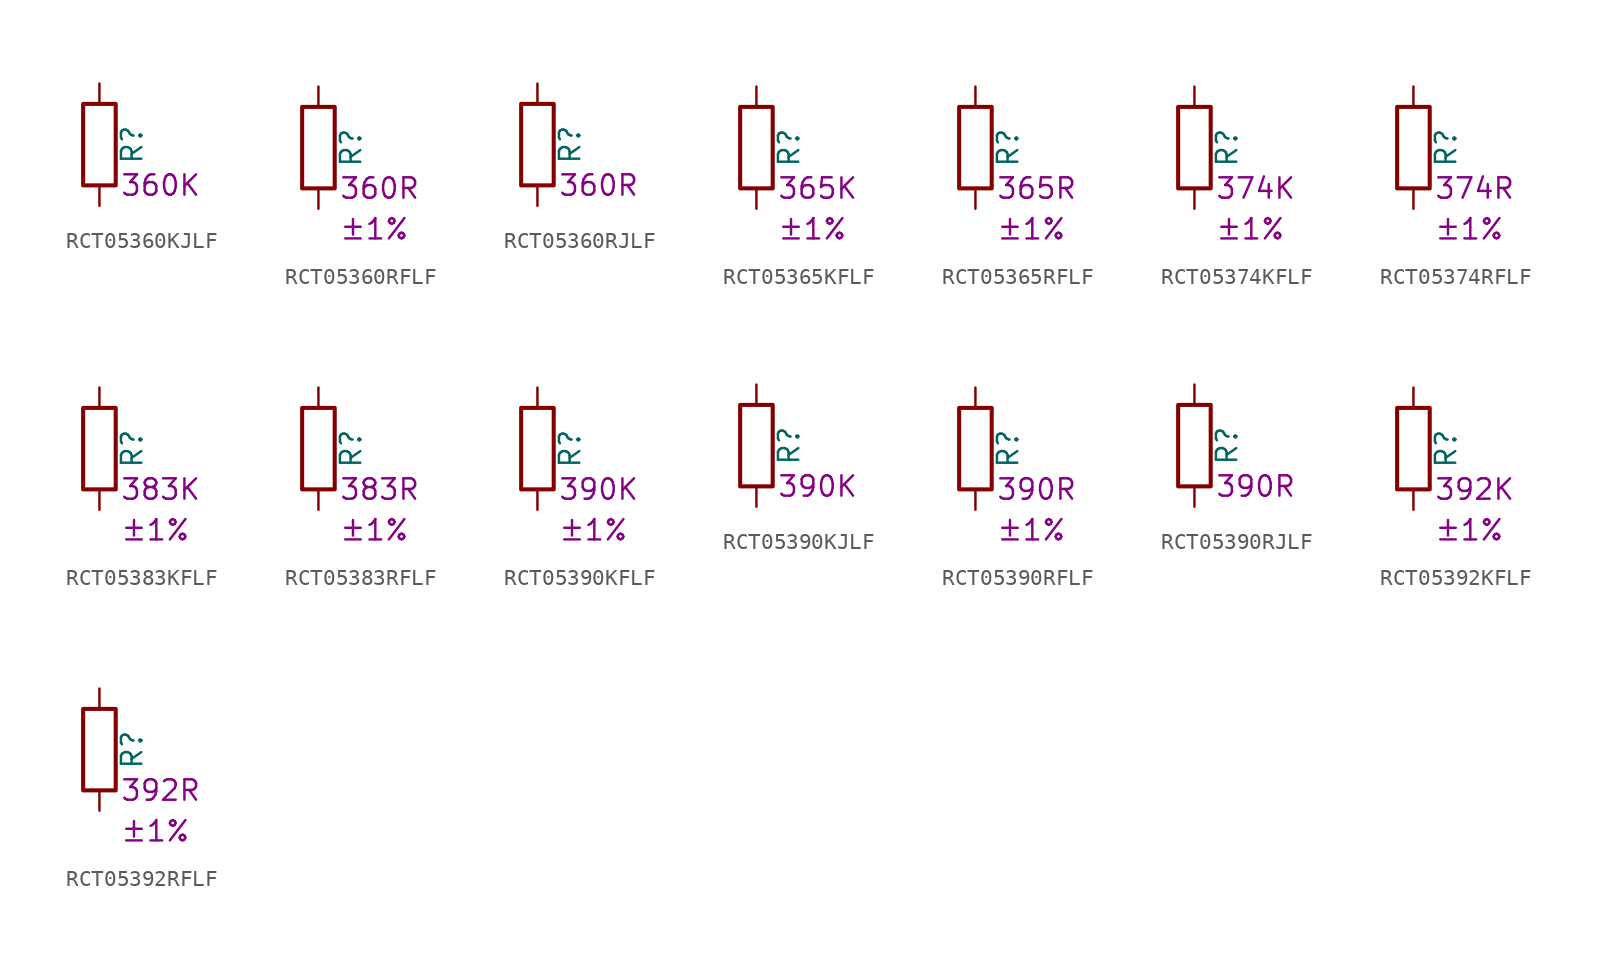
<source format=kicad_sym>
(kicad_symbol_lib
  (version 20220914)
  (generator kicad_symbol_editor)
  (symbol "RCT05360KJLF"
    (pin_numbers hide)
    (pin_names
      (offset 0))
    (property "Reference" "R"
      (at 2.032 0 90)
      (effects (font (size 1.27 1.27))))
    (property "Resistance" "360K"
      (at 1.27 -2.54 0)
      (effects (font (size 1.27 1.27)) (justify left)))
    (symbol "RCT05360KJLF_0_1"
      (rectangle (start -1.016 -2.54) (end 1.016 2.54) (stroke (width 0.254) (type default)) (fill (type none))))
    (symbol "RCT05360KJLF_1_1"
      (pin passive line (at 0 3.81 270) (length 1.27) (name "~" (effects (font (size 1.27 1.27)))) (number "1" (effects (font (size 1.27 1.27)))))
      (pin passive line (at 0 -3.81 90) (length 1.27) (name "~" (effects (font (size 1.27 1.27)))) (number "2" (effects (font (size 1.27 1.27)))))))
  (symbol "RCT05360RFLF"
    (pin_numbers hide)
    (pin_names
      (offset 0))
    (property "Reference" "R"
      (at 2.032 0 90)
      (effects (font (size 1.27 1.27))))
    (property "Resistance" "360R"
      (at 1.27 -2.54 0)
      (effects (font (size 1.27 1.27)) (justify left)))
    (property "Tolerance" "±1%"
      (at 1.27 -5.08 0)
      (effects (font (size 1.27 1.27)) (justify left)))
    (symbol "RCT05360RFLF_0_1"
      (rectangle (start -1.016 -2.54) (end 1.016 2.54) (stroke (width 0.254) (type default)) (fill (type none))))
    (symbol "RCT05360RFLF_1_1"
      (pin passive line (at 0 3.81 270) (length 1.27) (name "~" (effects (font (size 1.27 1.27)))) (number "1" (effects (font (size 1.27 1.27)))))
      (pin passive line (at 0 -3.81 90) (length 1.27) (name "~" (effects (font (size 1.27 1.27)))) (number "2" (effects (font (size 1.27 1.27)))))))
  (symbol "RCT05360RJLF"
    (pin_numbers hide)
    (pin_names
      (offset 0))
    (property "Reference" "R"
      (at 2.032 0 90)
      (effects (font (size 1.27 1.27))))
    (property "Resistance" "360R"
      (at 1.27 -2.54 0)
      (effects (font (size 1.27 1.27)) (justify left)))
    (symbol "RCT05360RJLF_0_1"
      (rectangle (start -1.016 -2.54) (end 1.016 2.54) (stroke (width 0.254) (type default)) (fill (type none))))
    (symbol "RCT05360RJLF_1_1"
      (pin passive line (at 0 3.81 270) (length 1.27) (name "~" (effects (font (size 1.27 1.27)))) (number "1" (effects (font (size 1.27 1.27)))))
      (pin passive line (at 0 -3.81 90) (length 1.27) (name "~" (effects (font (size 1.27 1.27)))) (number "2" (effects (font (size 1.27 1.27)))))))
  (symbol "RCT05365KFLF"
    (pin_numbers hide)
    (pin_names
      (offset 0))
    (property "Reference" "R"
      (at 2.032 0 90)
      (effects (font (size 1.27 1.27))))
    (property "Resistance" "365K"
      (at 1.27 -2.54 0)
      (effects (font (size 1.27 1.27)) (justify left)))
    (property "Tolerance" "±1%"
      (at 1.27 -5.08 0)
      (effects (font (size 1.27 1.27)) (justify left)))
    (symbol "RCT05365KFLF_0_1"
      (rectangle (start -1.016 -2.54) (end 1.016 2.54) (stroke (width 0.254) (type default)) (fill (type none))))
    (symbol "RCT05365KFLF_1_1"
      (pin passive line (at 0 3.81 270) (length 1.27) (name "~" (effects (font (size 1.27 1.27)))) (number "1" (effects (font (size 1.27 1.27)))))
      (pin passive line (at 0 -3.81 90) (length 1.27) (name "~" (effects (font (size 1.27 1.27)))) (number "2" (effects (font (size 1.27 1.27)))))))
  (symbol "RCT05365RFLF"
    (pin_numbers hide)
    (pin_names
      (offset 0))
    (property "Reference" "R"
      (at 2.032 0 90)
      (effects (font (size 1.27 1.27))))
    (property "Resistance" "365R"
      (at 1.27 -2.54 0)
      (effects (font (size 1.27 1.27)) (justify left)))
    (property "Tolerance" "±1%"
      (at 1.27 -5.08 0)
      (effects (font (size 1.27 1.27)) (justify left)))
    (symbol "RCT05365RFLF_0_1"
      (rectangle (start -1.016 -2.54) (end 1.016 2.54) (stroke (width 0.254) (type default)) (fill (type none))))
    (symbol "RCT05365RFLF_1_1"
      (pin passive line (at 0 3.81 270) (length 1.27) (name "~" (effects (font (size 1.27 1.27)))) (number "1" (effects (font (size 1.27 1.27)))))
      (pin passive line (at 0 -3.81 90) (length 1.27) (name "~" (effects (font (size 1.27 1.27)))) (number "2" (effects (font (size 1.27 1.27)))))))
  (symbol "RCT05374KFLF"
    (pin_numbers hide)
    (pin_names
      (offset 0))
    (property "Reference" "R"
      (at 2.032 0 90)
      (effects (font (size 1.27 1.27))))
    (property "Resistance" "374K"
      (at 1.27 -2.54 0)
      (effects (font (size 1.27 1.27)) (justify left)))
    (property "Tolerance" "±1%"
      (at 1.27 -5.08 0)
      (effects (font (size 1.27 1.27)) (justify left)))
    (symbol "RCT05374KFLF_0_1"
      (rectangle (start -1.016 -2.54) (end 1.016 2.54) (stroke (width 0.254) (type default)) (fill (type none))))
    (symbol "RCT05374KFLF_1_1"
      (pin passive line (at 0 3.81 270) (length 1.27) (name "~" (effects (font (size 1.27 1.27)))) (number "1" (effects (font (size 1.27 1.27)))))
      (pin passive line (at 0 -3.81 90) (length 1.27) (name "~" (effects (font (size 1.27 1.27)))) (number "2" (effects (font (size 1.27 1.27)))))))
  (symbol "RCT05374RFLF"
    (pin_numbers hide)
    (pin_names
      (offset 0))
    (property "Reference" "R"
      (at 2.032 0 90)
      (effects (font (size 1.27 1.27))))
    (property "Resistance" "374R"
      (at 1.27 -2.54 0)
      (effects (font (size 1.27 1.27)) (justify left)))
    (property "Tolerance" "±1%"
      (at 1.27 -5.08 0)
      (effects (font (size 1.27 1.27)) (justify left)))
    (symbol "RCT05374RFLF_0_1"
      (rectangle (start -1.016 -2.54) (end 1.016 2.54) (stroke (width 0.254) (type default)) (fill (type none))))
    (symbol "RCT05374RFLF_1_1"
      (pin passive line (at 0 3.81 270) (length 1.27) (name "~" (effects (font (size 1.27 1.27)))) (number "1" (effects (font (size 1.27 1.27)))))
      (pin passive line (at 0 -3.81 90) (length 1.27) (name "~" (effects (font (size 1.27 1.27)))) (number "2" (effects (font (size 1.27 1.27)))))))
  (symbol "RCT05383KFLF"
    (pin_numbers hide)
    (pin_names
      (offset 0))
    (property "Reference" "R"
      (at 2.032 0 90)
      (effects (font (size 1.27 1.27))))
    (property "Resistance" "383K"
      (at 1.27 -2.54 0)
      (effects (font (size 1.27 1.27)) (justify left)))
    (property "Tolerance" "±1%"
      (at 1.27 -5.08 0)
      (effects (font (size 1.27 1.27)) (justify left)))
    (symbol "RCT05383KFLF_0_1"
      (rectangle (start -1.016 -2.54) (end 1.016 2.54) (stroke (width 0.254) (type default)) (fill (type none))))
    (symbol "RCT05383KFLF_1_1"
      (pin passive line (at 0 3.81 270) (length 1.27) (name "~" (effects (font (size 1.27 1.27)))) (number "1" (effects (font (size 1.27 1.27)))))
      (pin passive line (at 0 -3.81 90) (length 1.27) (name "~" (effects (font (size 1.27 1.27)))) (number "2" (effects (font (size 1.27 1.27)))))))
  (symbol "RCT05383RFLF"
    (pin_numbers hide)
    (pin_names
      (offset 0))
    (property "Reference" "R"
      (at 2.032 0 90)
      (effects (font (size 1.27 1.27))))
    (property "Resistance" "383R"
      (at 1.27 -2.54 0)
      (effects (font (size 1.27 1.27)) (justify left)))
    (property "Tolerance" "±1%"
      (at 1.27 -5.08 0)
      (effects (font (size 1.27 1.27)) (justify left)))
    (symbol "RCT05383RFLF_0_1"
      (rectangle (start -1.016 -2.54) (end 1.016 2.54) (stroke (width 0.254) (type default)) (fill (type none))))
    (symbol "RCT05383RFLF_1_1"
      (pin passive line (at 0 3.81 270) (length 1.27) (name "~" (effects (font (size 1.27 1.27)))) (number "1" (effects (font (size 1.27 1.27)))))
      (pin passive line (at 0 -3.81 90) (length 1.27) (name "~" (effects (font (size 1.27 1.27)))) (number "2" (effects (font (size 1.27 1.27)))))))
  (symbol "RCT05390KFLF"
    (pin_numbers hide)
    (pin_names
      (offset 0))
    (property "Reference" "R"
      (at 2.032 0 90)
      (effects (font (size 1.27 1.27))))
    (property "Resistance" "390K"
      (at 1.27 -2.54 0)
      (effects (font (size 1.27 1.27)) (justify left)))
    (property "Tolerance" "±1%"
      (at 1.27 -5.08 0)
      (effects (font (size 1.27 1.27)) (justify left)))
    (symbol "RCT05390KFLF_0_1"
      (rectangle (start -1.016 -2.54) (end 1.016 2.54) (stroke (width 0.254) (type default)) (fill (type none))))
    (symbol "RCT05390KFLF_1_1"
      (pin passive line (at 0 3.81 270) (length 1.27) (name "~" (effects (font (size 1.27 1.27)))) (number "1" (effects (font (size 1.27 1.27)))))
      (pin passive line (at 0 -3.81 90) (length 1.27) (name "~" (effects (font (size 1.27 1.27)))) (number "2" (effects (font (size 1.27 1.27)))))))
  (symbol "RCT05390KJLF"
    (pin_numbers hide)
    (pin_names
      (offset 0))
    (property "Reference" "R"
      (at 2.032 0 90)
      (effects (font (size 1.27 1.27))))
    (property "Resistance" "390K"
      (at 1.27 -2.54 0)
      (effects (font (size 1.27 1.27)) (justify left)))
    (symbol "RCT05390KJLF_0_1"
      (rectangle (start -1.016 -2.54) (end 1.016 2.54) (stroke (width 0.254) (type default)) (fill (type none))))
    (symbol "RCT05390KJLF_1_1"
      (pin passive line (at 0 3.81 270) (length 1.27) (name "~" (effects (font (size 1.27 1.27)))) (number "1" (effects (font (size 1.27 1.27)))))
      (pin passive line (at 0 -3.81 90) (length 1.27) (name "~" (effects (font (size 1.27 1.27)))) (number "2" (effects (font (size 1.27 1.27)))))))
  (symbol "RCT05390RFLF"
    (pin_numbers hide)
    (pin_names
      (offset 0))
    (property "Reference" "R"
      (at 2.032 0 90)
      (effects (font (size 1.27 1.27))))
    (property "Resistance" "390R"
      (at 1.27 -2.54 0)
      (effects (font (size 1.27 1.27)) (justify left)))
    (property "Tolerance" "±1%"
      (at 1.27 -5.08 0)
      (effects (font (size 1.27 1.27)) (justify left)))
    (symbol "RCT05390RFLF_0_1"
      (rectangle (start -1.016 -2.54) (end 1.016 2.54) (stroke (width 0.254) (type default)) (fill (type none))))
    (symbol "RCT05390RFLF_1_1"
      (pin passive line (at 0 3.81 270) (length 1.27) (name "~" (effects (font (size 1.27 1.27)))) (number "1" (effects (font (size 1.27 1.27)))))
      (pin passive line (at 0 -3.81 90) (length 1.27) (name "~" (effects (font (size 1.27 1.27)))) (number "2" (effects (font (size 1.27 1.27)))))))
  (symbol "RCT05390RJLF"
    (pin_numbers hide)
    (pin_names
      (offset 0))
    (property "Reference" "R"
      (at 2.032 0 90)
      (effects (font (size 1.27 1.27))))
    (property "Resistance" "390R"
      (at 1.27 -2.54 0)
      (effects (font (size 1.27 1.27)) (justify left)))
    (symbol "RCT05390RJLF_0_1"
      (rectangle (start -1.016 -2.54) (end 1.016 2.54) (stroke (width 0.254) (type default)) (fill (type none))))
    (symbol "RCT05390RJLF_1_1"
      (pin passive line (at 0 3.81 270) (length 1.27) (name "~" (effects (font (size 1.27 1.27)))) (number "1" (effects (font (size 1.27 1.27)))))
      (pin passive line (at 0 -3.81 90) (length 1.27) (name "~" (effects (font (size 1.27 1.27)))) (number "2" (effects (font (size 1.27 1.27)))))))
  (symbol "RCT05392KFLF"
    (pin_numbers hide)
    (pin_names
      (offset 0))
    (property "Reference" "R"
      (at 2.032 0 90)
      (effects (font (size 1.27 1.27))))
    (property "Resistance" "392K"
      (at 1.27 -2.54 0)
      (effects (font (size 1.27 1.27)) (justify left)))
    (property "Tolerance" "±1%"
      (at 1.27 -5.08 0)
      (effects (font (size 1.27 1.27)) (justify left)))
    (symbol "RCT05392KFLF_0_1"
      (rectangle (start -1.016 -2.54) (end 1.016 2.54) (stroke (width 0.254) (type default)) (fill (type none))))
    (symbol "RCT05392KFLF_1_1"
      (pin passive line (at 0 3.81 270) (length 1.27) (name "~" (effects (font (size 1.27 1.27)))) (number "1" (effects (font (size 1.27 1.27)))))
      (pin passive line (at 0 -3.81 90) (length 1.27) (name "~" (effects (font (size 1.27 1.27)))) (number "2" (effects (font (size 1.27 1.27)))))))
  (symbol "RCT05392RFLF"
    (pin_numbers hide)
    (pin_names
      (offset 0))
    (property "Reference" "R"
      (at 2.032 0 90)
      (effects (font (size 1.27 1.27))))
    (property "Resistance" "392R"
      (at 1.27 -2.54 0)
      (effects (font (size 1.27 1.27)) (justify left)))
    (property "Tolerance" "±1%"
      (at 1.27 -5.08 0)
      (effects (font (size 1.27 1.27)) (justify left)))
    (symbol "RCT05392RFLF_0_1"
      (rectangle (start -1.016 -2.54) (end 1.016 2.54) (stroke (width 0.254) (type default)) (fill (type none))))
    (symbol "RCT05392RFLF_1_1"
      (pin passive line (at 0 3.81 270) (length 1.27) (name "~" (effects (font (size 1.27 1.27)))) (number "1" (effects (font (size 1.27 1.27)))))
      (pin passive line (at 0 -3.81 90) (length 1.27) (name "~" (effects (font (size 1.27 1.27)))) (number "2" (effects (font (size 1.27 1.27))))))))
</source>
